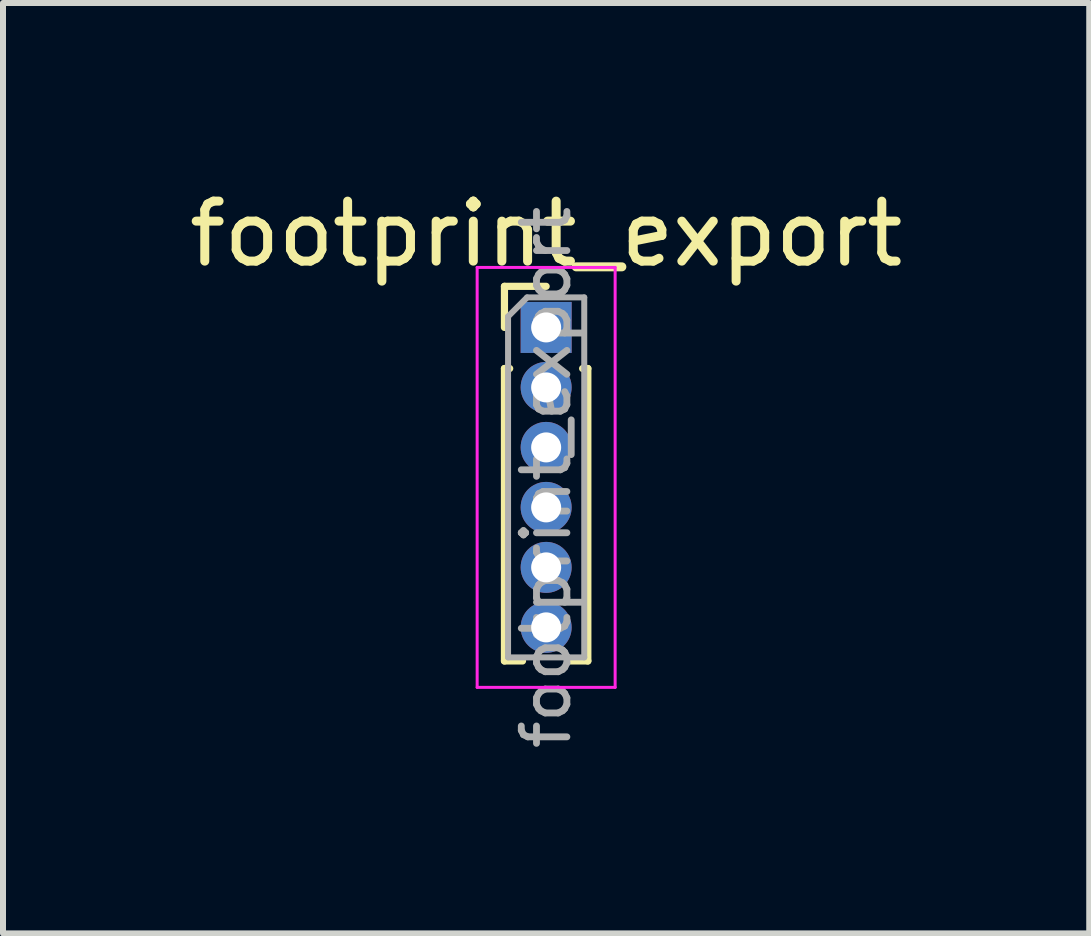
<source format=kicad_pcb>
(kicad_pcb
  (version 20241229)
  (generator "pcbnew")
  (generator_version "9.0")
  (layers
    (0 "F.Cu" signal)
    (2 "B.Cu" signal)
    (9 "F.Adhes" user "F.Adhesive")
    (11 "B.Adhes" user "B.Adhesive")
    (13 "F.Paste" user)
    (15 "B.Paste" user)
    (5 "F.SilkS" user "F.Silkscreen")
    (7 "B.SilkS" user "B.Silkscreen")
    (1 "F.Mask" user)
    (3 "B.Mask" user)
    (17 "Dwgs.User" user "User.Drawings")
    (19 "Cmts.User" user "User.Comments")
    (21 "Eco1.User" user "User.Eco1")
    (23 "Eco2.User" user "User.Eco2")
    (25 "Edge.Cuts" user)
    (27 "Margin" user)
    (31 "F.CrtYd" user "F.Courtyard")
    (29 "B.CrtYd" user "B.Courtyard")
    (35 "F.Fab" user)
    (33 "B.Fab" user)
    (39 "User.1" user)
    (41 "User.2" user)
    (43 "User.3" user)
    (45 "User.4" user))
  (footprint "footprint_export"
    (layer "F.Cu")
    (at 6.054 2.408)
    (property "Reference" "footprint_export" (at 0 -1.56 0) (layer "F.SilkS") (effects (font (size 1 1) (thickness 0.15))))
    (attr through_hole)
    (fp_line (start -0.695 -0.685) (end 0 -0.685) (stroke (width 0.12) (type solid)) (layer "F.SilkS"))
    (fp_line (start -0.695 0) (end -0.695 -0.685) (stroke (width 0.12) (type solid)) (layer "F.SilkS"))
    (fp_line (start -0.695 0.685) (end -0.695 5.56) (stroke (width 0.12) (type solid)) (layer "F.SilkS"))
    (fp_line (start -0.695 0.685) (end -0.608 0.685) (stroke (width 0.12) (type solid)) (layer "F.SilkS"))
    (fp_line (start -0.695 5.56) (end -0.394 5.56) (stroke (width 0.12) (type solid)) (layer "F.SilkS"))
    (fp_line (start 0.394 5.56) (end 0.695 5.56) (stroke (width 0.12) (type solid)) (layer "F.SilkS"))
    (fp_line (start 0.608 0.685) (end 0.695 0.685) (stroke (width 0.12) (type solid)) (layer "F.SilkS"))
    (fp_line (start 0.695 0.685) (end 0.695 5.56) (stroke (width 0.12) (type solid)) (layer "F.SilkS"))
    (fp_line (start -1.15 -1) (end -1.15 6) (stroke (width 0.05) (type solid)) (layer "F.CrtYd"))
    (fp_line (start -1.15 6) (end 1.15 6) (stroke (width 0.05) (type solid)) (layer "F.CrtYd"))
    (fp_line (start 1.15 -1) (end -1.15 -1) (stroke (width 0.05) (type solid)) (layer "F.CrtYd"))
    (fp_line (start 1.15 6) (end 1.15 -1) (stroke (width 0.05) (type solid)) (layer "F.CrtYd"))
    (fp_line (start -0.635 -0.182) (end -0.318 -0.5) (stroke (width 0.1) (type solid)) (layer "F.Fab"))
    (fp_line (start -0.635 5.5) (end -0.635 -0.182) (stroke (width 0.1) (type solid)) (layer "F.Fab"))
    (fp_line (start -0.318 -0.5) (end 0.635 -0.5) (stroke (width 0.1) (type solid)) (layer "F.Fab"))
    (fp_line (start 0.635 -0.5) (end 0.635 5.5) (stroke (width 0.1) (type solid)) (layer "F.Fab"))
    (fp_line (start 0.635 5.5) (end -0.635 5.5) (stroke (width 0.1) (type solid)) (layer "F.Fab"))
    (fp_text user "${REFERENCE}" (at 0 2.5 90) (layer "F.Fab") (effects (font (size 0.76 0.76) (thickness 0.114))))
    (pad "1" thru_hole rect (at 0 0) (size 0.85 0.85) (drill 0.5) (layers "*.Cu" "*.Mask"))
    (pad "2" thru_hole oval (at 0 1) (size 0.85 0.85) (drill 0.5) (layers "*.Cu" "*.Mask"))
    (pad "3" thru_hole oval (at 0 2) (size 0.85 0.85) (drill 0.5) (layers "*.Cu" "*.Mask"))
    (pad "4" thru_hole oval (at 0 3) (size 0.85 0.85) (drill 0.5) (layers "*.Cu" "*.Mask"))
    (pad "5" thru_hole oval (at 0 4) (size 0.85 0.85) (drill 0.5) (layers "*.Cu" "*.Mask"))
    (pad "6" thru_hole oval (at 0 5) (size 0.85 0.85) (drill 0.5) (layers "*.Cu" "*.Mask")))
  (gr_rect
    (start -3 -3)
    (end 15.107 12.509)
    (stroke (width 0.1) (type default))
    (fill no)
    (layer "Edge.Cuts")))
</source>
